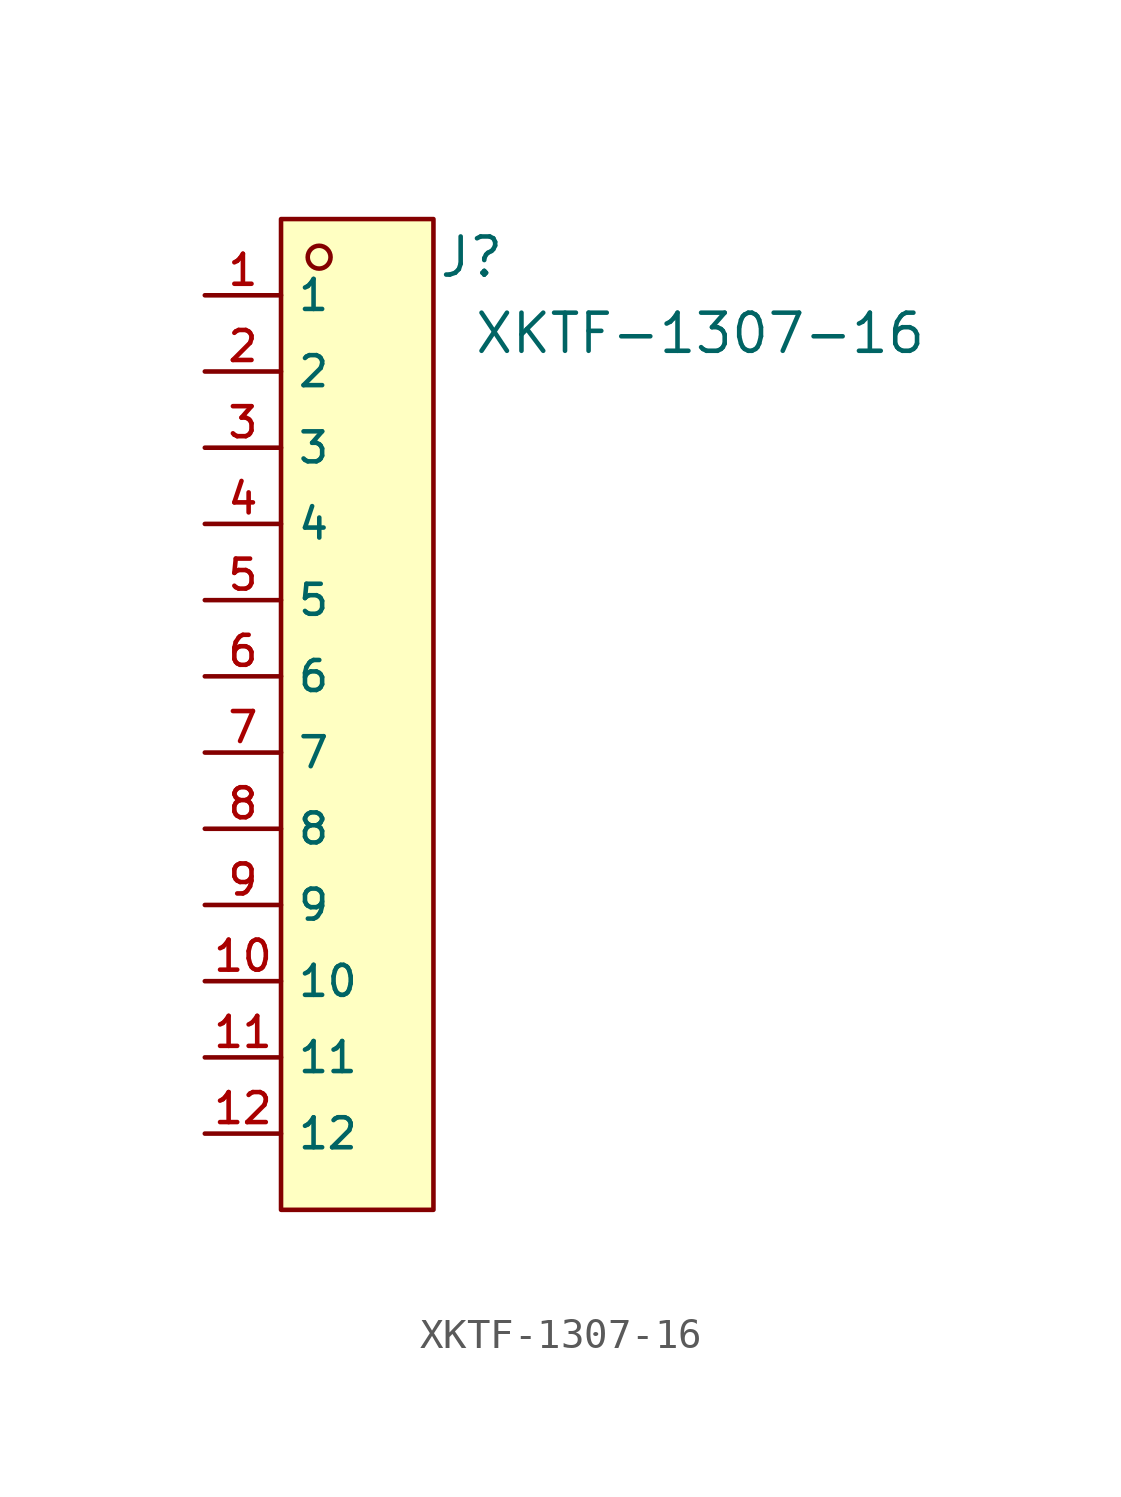
<source format=kicad_sym>
(kicad_symbol_lib
  (version 20231120)
  (generator "kicad_symbol_editor")
  (generator_version "8.0")
  (symbol "XKTF-1307-16"
    (property "Reference" "J"
      (at 3.81 15.24 0)
      (effects (font (size 1.27 1.27))))
    (property "Value" "XKTF-1307-16"
      (at 11.43 12.7 0)
      (effects (font (size 1.27 1.27))))
    (symbol "XKTF-1307-16_0_1"
      (rectangle (start -2.54 16.51) (end 2.54 -16.51) (stroke (width 0) (type default)) (fill (type background)))
      (circle (center -1.27 15.24) (radius 0.381) (stroke (width 0) (type default)) (fill (type background)))
      (pin unspecified line (at -5.08 13.97 0) (length 2.54) (name "1" (effects (font (size 1 1)))) (number "1" (effects (font (size 1 1)))))
      (pin unspecified line (at -5.08 -8.89 0) (length 2.54) (name "10" (effects (font (size 1 1)))) (number "10" (effects (font (size 1 1)))))
      (pin unspecified line (at -5.08 -11.43 0) (length 2.54) (name "11" (effects (font (size 1 1)))) (number "11" (effects (font (size 1 1)))))
      (pin unspecified line (at -5.08 -13.97 0) (length 2.54) (name "12" (effects (font (size 1 1)))) (number "12" (effects (font (size 1 1)))))
      (pin unspecified line (at -5.08 11.43 0) (length 2.54) (name "2" (effects (font (size 1 1)))) (number "2" (effects (font (size 1 1)))))
      (pin unspecified line (at -5.08 8.89 0) (length 2.54) (name "3" (effects (font (size 1 1)))) (number "3" (effects (font (size 1 1)))))
      (pin unspecified line (at -5.08 6.35 0) (length 2.54) (name "4" (effects (font (size 1 1)))) (number "4" (effects (font (size 1 1)))))
      (pin unspecified line (at -5.08 3.81 0) (length 2.54) (name "5" (effects (font (size 1 1)))) (number "5" (effects (font (size 1 1)))))
      (pin unspecified line (at -5.08 1.27 0) (length 2.54) (name "6" (effects (font (size 1 1)))) (number "6" (effects (font (size 1 1)))))
      (pin unspecified line (at -5.08 -1.27 0) (length 2.54) (name "7" (effects (font (size 1 1)))) (number "7" (effects (font (size 1 1)))))
      (pin unspecified line (at -5.08 -3.81 0) (length 2.54) (name "8" (effects (font (size 1 1)))) (number "8" (effects (font (size 1 1)))))
      (pin unspecified line (at -5.08 -6.35 0) (length 2.54) (name "9" (effects (font (size 1 1)))) (number "9" (effects (font (size 1 1))))))))
</source>
